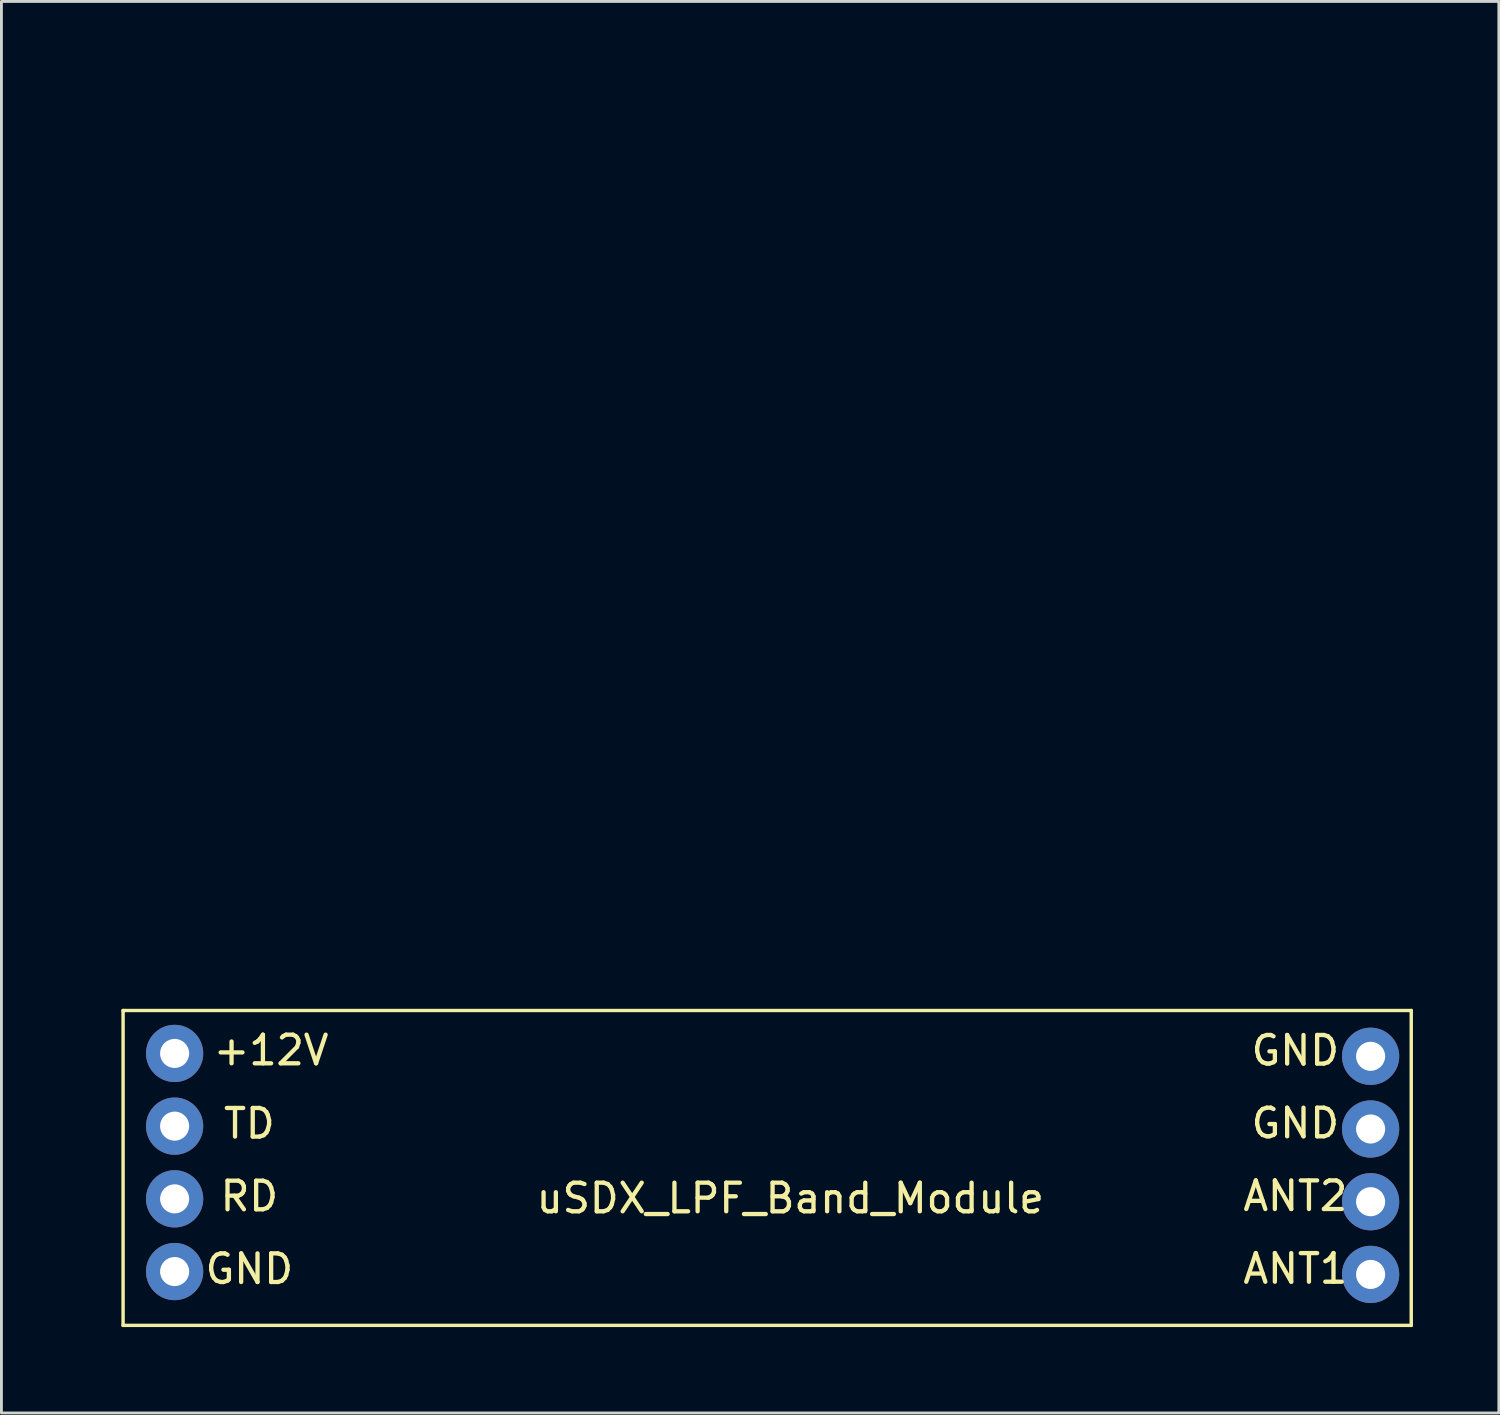
<source format=kicad_pcb>
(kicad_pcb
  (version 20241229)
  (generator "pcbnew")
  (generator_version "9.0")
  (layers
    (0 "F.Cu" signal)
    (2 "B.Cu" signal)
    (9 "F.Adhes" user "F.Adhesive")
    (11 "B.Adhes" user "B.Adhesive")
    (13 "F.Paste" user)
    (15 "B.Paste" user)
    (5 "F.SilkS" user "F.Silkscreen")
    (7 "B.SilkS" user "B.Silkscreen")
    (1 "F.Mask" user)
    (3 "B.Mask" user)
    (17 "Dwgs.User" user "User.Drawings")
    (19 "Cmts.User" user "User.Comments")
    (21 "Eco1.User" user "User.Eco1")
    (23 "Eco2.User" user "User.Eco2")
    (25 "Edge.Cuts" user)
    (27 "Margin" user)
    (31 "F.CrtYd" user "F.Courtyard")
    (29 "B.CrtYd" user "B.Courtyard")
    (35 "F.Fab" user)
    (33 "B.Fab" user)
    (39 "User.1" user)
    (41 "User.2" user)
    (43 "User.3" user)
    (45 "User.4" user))
  (footprint "uSDX_LPF_Band_Module"
    (layer "F.Cu")
    (at 0.25 0.25)
    (property "Reference" "uSDX_LPF_Band_Module" (at 24.308 38.56 180) (layer "F.SilkS") (effects (font (size 1 1) (thickness 0.15))))
    (attr through_hole)
    (fp_line (start 1 32) (end 46 32) (stroke (width 0.12) (type solid)) (layer "F.SilkS"))
    (fp_line (start 1 43) (end 1 32) (stroke (width 0.12) (type solid)) (layer "F.SilkS"))
    (fp_line (start 46 32) (end 46 43) (stroke (width 0.12) (type solid)) (layer "F.SilkS"))
    (fp_line (start 46 43) (end 1 43) (stroke (width 0.12) (type solid)) (layer "F.SilkS"))
    (fp_text user "ANT2" (at 41.95 38.48 180) (layer "F.SilkS") (effects (font (size 1 1) (thickness 0.15))))
    (fp_text user "TD" (at 5.41 35.95 180) (layer "F.SilkS") (effects (font (size 1 1) (thickness 0.15))))
    (fp_text user "GND" (at 41.95 35.94 180) (layer "F.SilkS") (effects (font (size 1 1) (thickness 0.15))))
    (fp_text user "ANT1" (at 41.95 41.02 180) (layer "F.SilkS") (effects (font (size 1 1) (thickness 0.15))))
    (fp_text user "GND" (at 5.41 41.03 180) (layer "F.SilkS") (effects (font (size 1 1) (thickness 0.15))))
    (fp_text user "GND" (at 41.95 33.4 180) (layer "F.SilkS") (effects (font (size 1 1) (thickness 0.15))))
    (fp_text user "+12V" (at 6.17 33.39 180) (layer "F.SilkS") (effects (font (size 1 1) (thickness 0.15))))
    (fp_text user "RD" (at 5.41 38.49 180) (layer "F.SilkS") (effects (font (size 1 1) (thickness 0.15))))
    (pad "1" thru_hole circle (at 2.8 33.5 180) (size 2 2) (drill 1.016) (layers "*.Cu" "*.Mask"))
    (pad "2" thru_hole circle (at 2.8 36.04 180) (size 2 2) (drill 1.016) (layers "*.Cu" "*.Mask"))
    (pad "3" thru_hole circle (at 2.8 38.58 180) (size 2 2) (drill 1.016) (layers "*.Cu" "*.Mask"))
    (pad "4" thru_hole circle (at 2.8 41.12 180) (size 2 2) (drill 1.016) (layers "*.Cu" "*.Mask"))
    (pad "5" thru_hole circle (at 44.58 41.22 180) (size 2 2) (drill 1.016) (layers "*.Cu" "*.Mask"))
    (pad "6" thru_hole circle (at 44.58 38.68 180) (size 2 2) (drill 1.016) (layers "*.Cu" "*.Mask"))
    (pad "7" thru_hole circle (at 44.58 36.14 180) (size 2 2) (drill 1.016) (layers "*.Cu" "*.Mask"))
    (pad "8" thru_hole circle (at 44.58 33.6 180) (size 2 2) (drill 1.016) (layers "*.Cu" "*.Mask")))
  (gr_rect
    (start -3 -3)
    (end 49.31 46.31)
    (stroke (width 0.1) (type default))
    (fill no)
    (layer "Edge.Cuts")))
</source>
